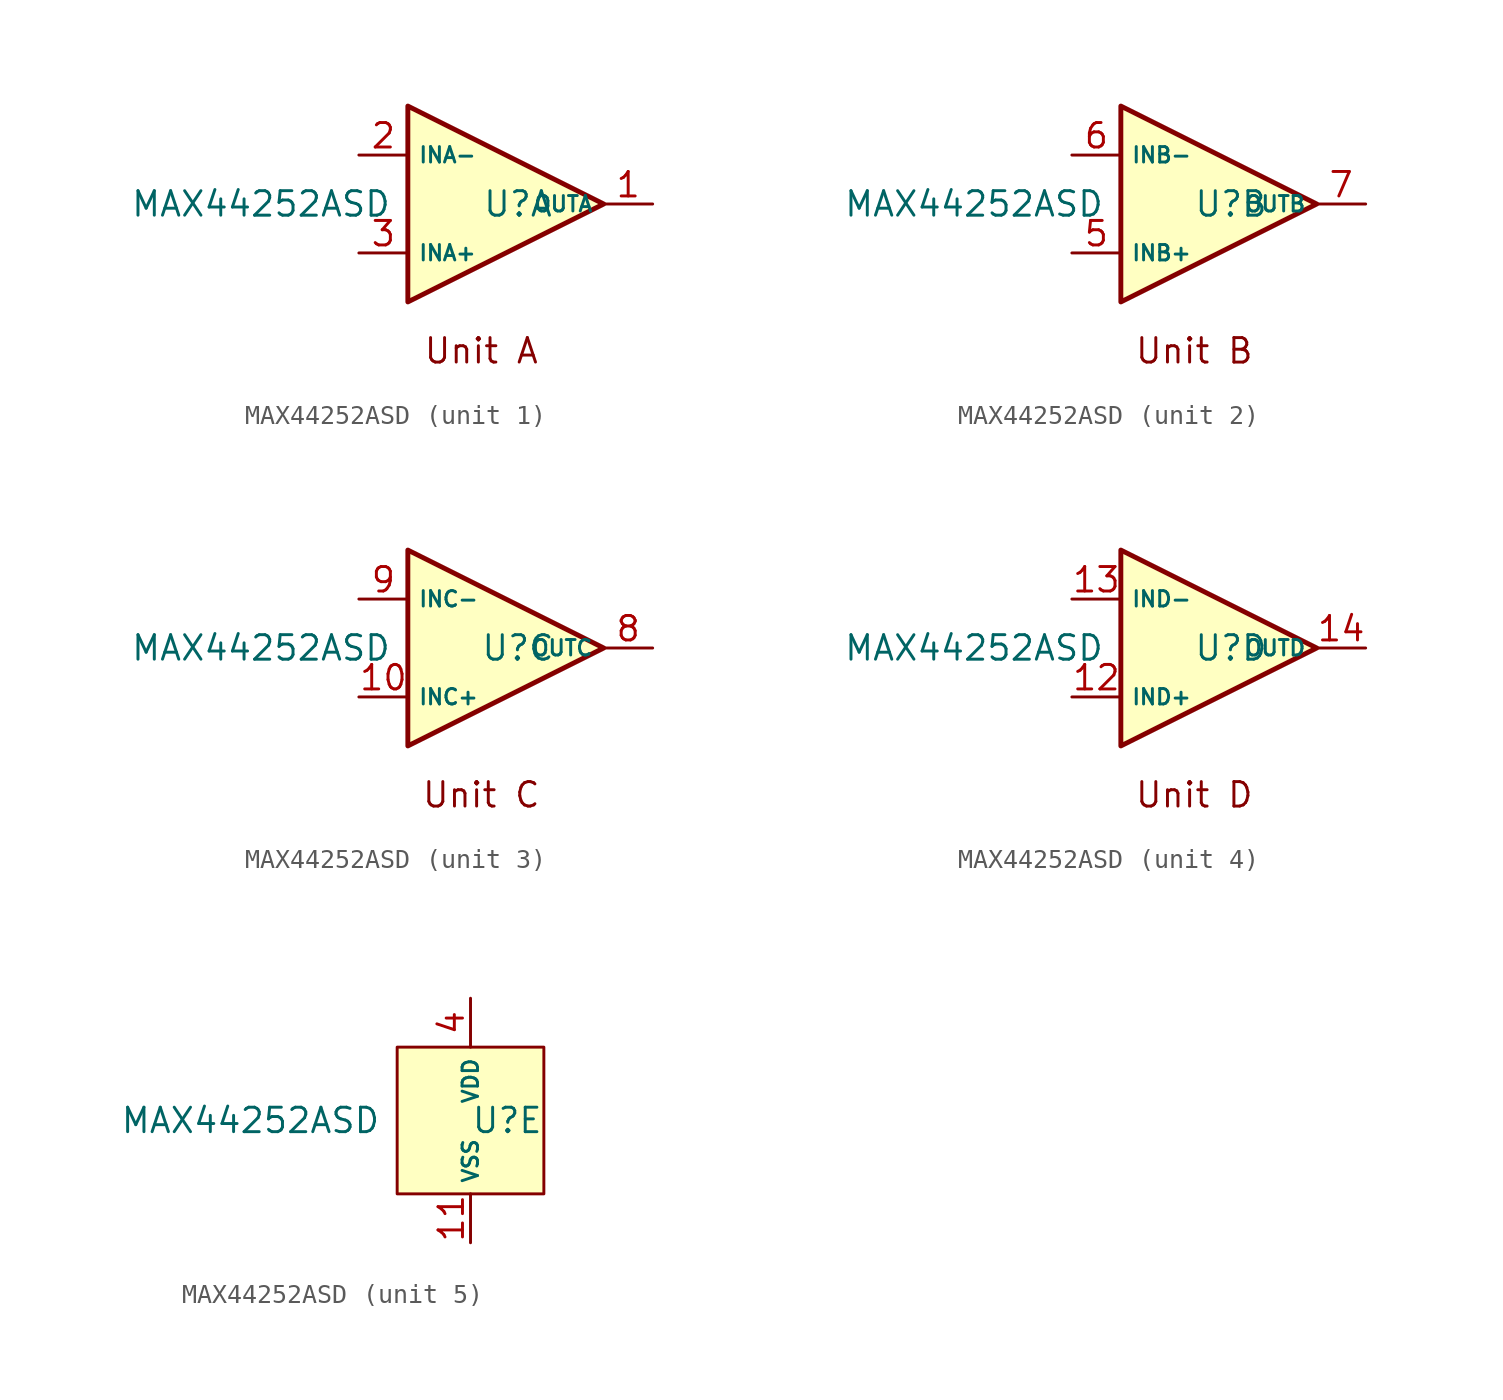
<source format=kicad_sym>
(kicad_symbol_lib
  (version 20210619)
  (generator kicad_symbol_editor)
  (symbol "MAX44252ASD_Custom:MAX44252ASD"
    (property "Reference" "U"
      (at 1.905 0 0)
      (effects (font (size 1.27 1.27))))
    (property "Value" "MAX44252ASD"
      (at -11.43 0 0)
      (effects (font (size 1.27 1.27))))
    (property "ki_locked" ""
      (at 0 0 0)
      (effects (font (size 1.27 1.27))))
    (symbol "MAX44252ASD_1_1"
      (text "Unit A" (at 0 -7.62 0) (effects (font (size 1.27 1.27))))
      (polyline (pts (xy -3.81 5.08) (xy 6.35 0) (xy -3.81 -5.08) (xy -3.81 5.08)) (stroke (width 0.254)) (fill (type background)))
      (pin output line (at 8.89 0 180) (length 2.54) (name "OUTA" (effects (font (size 0.8 0.8)))) (number "1" (effects (font (size 1.27 1.27)))))
      (pin input line (at -6.35 2.54 0) (length 2.54) (name "INA-" (effects (font (size 0.8 0.8)))) (number "2" (effects (font (size 1.27 1.27)))))
      (pin input line (at -6.35 -2.54 0) (length 2.54) (name "INA+" (effects (font (size 0.8 0.8)))) (number "3" (effects (font (size 1.27 1.27))))))
    (symbol "MAX44252ASD_2_1"
      (text "Unit B" (at 0 -7.62 0) (effects (font (size 1.27 1.27))))
      (polyline (pts (xy -3.81 5.08) (xy 6.35 0) (xy -3.81 -5.08) (xy -3.81 5.08)) (stroke (width 0.254)) (fill (type background)))
      (pin input line (at -6.35 -2.54 0) (length 2.54) (name "INB+" (effects (font (size 0.8 0.8)))) (number "5" (effects (font (size 1.27 1.27)))))
      (pin input line (at -6.35 2.54 0) (length 2.54) (name "INB-" (effects (font (size 0.8 0.8)))) (number "6" (effects (font (size 1.27 1.27)))))
      (pin output line (at 8.89 0 180) (length 2.54) (name "OUTB" (effects (font (size 0.8 0.8)))) (number "7" (effects (font (size 1.27 1.27))))))
    (symbol "MAX44252ASD_3_1"
      (text "Unit C" (at 0 -7.62 0) (effects (font (size 1.27 1.27))))
      (polyline (pts (xy -3.81 5.08) (xy 6.35 0) (xy -3.81 -5.08) (xy -3.81 5.08)) (stroke (width 0.254)) (fill (type background)))
      (pin input line (at -6.35 -2.54 0) (length 2.54) (name "INC+" (effects (font (size 0.8 0.8)))) (number "10" (effects (font (size 1.27 1.27)))))
      (pin output line (at 8.89 0 180) (length 2.54) (name "OUTC" (effects (font (size 0.8 0.8)))) (number "8" (effects (font (size 1.27 1.27)))))
      (pin input line (at -6.35 2.54 0) (length 2.54) (name "INC-" (effects (font (size 0.8 0.8)))) (number "9" (effects (font (size 1.27 1.27))))))
    (symbol "MAX44252ASD_4_1"
      (text "Unit D" (at 0 -7.62 0) (effects (font (size 1.27 1.27))))
      (polyline (pts (xy -3.81 5.08) (xy 6.35 0) (xy -3.81 -5.08) (xy -3.81 5.08)) (stroke (width 0.254)) (fill (type background)))
      (pin input line (at -6.35 -2.54 0) (length 2.54) (name "IND+" (effects (font (size 0.8 0.8)))) (number "12" (effects (font (size 1.27 1.27)))))
      (pin input line (at -6.35 2.54 0) (length 2.54) (name "IND-" (effects (font (size 0.8 0.8)))) (number "13" (effects (font (size 1.27 1.27)))))
      (pin output line (at 8.89 0 180) (length 2.54) (name "OUTD" (effects (font (size 0.8 0.8)))) (number "14" (effects (font (size 1.27 1.27))))))
    (symbol "MAX44252ASD_5_1"
      (rectangle (start -3.81 3.81) (end 3.81 -3.81) (stroke (width 0.152)) (fill (type background)))
      (pin power_in line (at 0 -6.35 90) (length 2.54) (name "VSS" (effects (font (size 0.8 0.8)))) (number "11" (effects (font (size 1.27 1.27)))))
      (pin power_in line (at 0 6.35 270) (length 2.54) (name "VDD" (effects (font (size 0.8 0.8)))) (number "4" (effects (font (size 1.27 1.27))))))))
</source>
